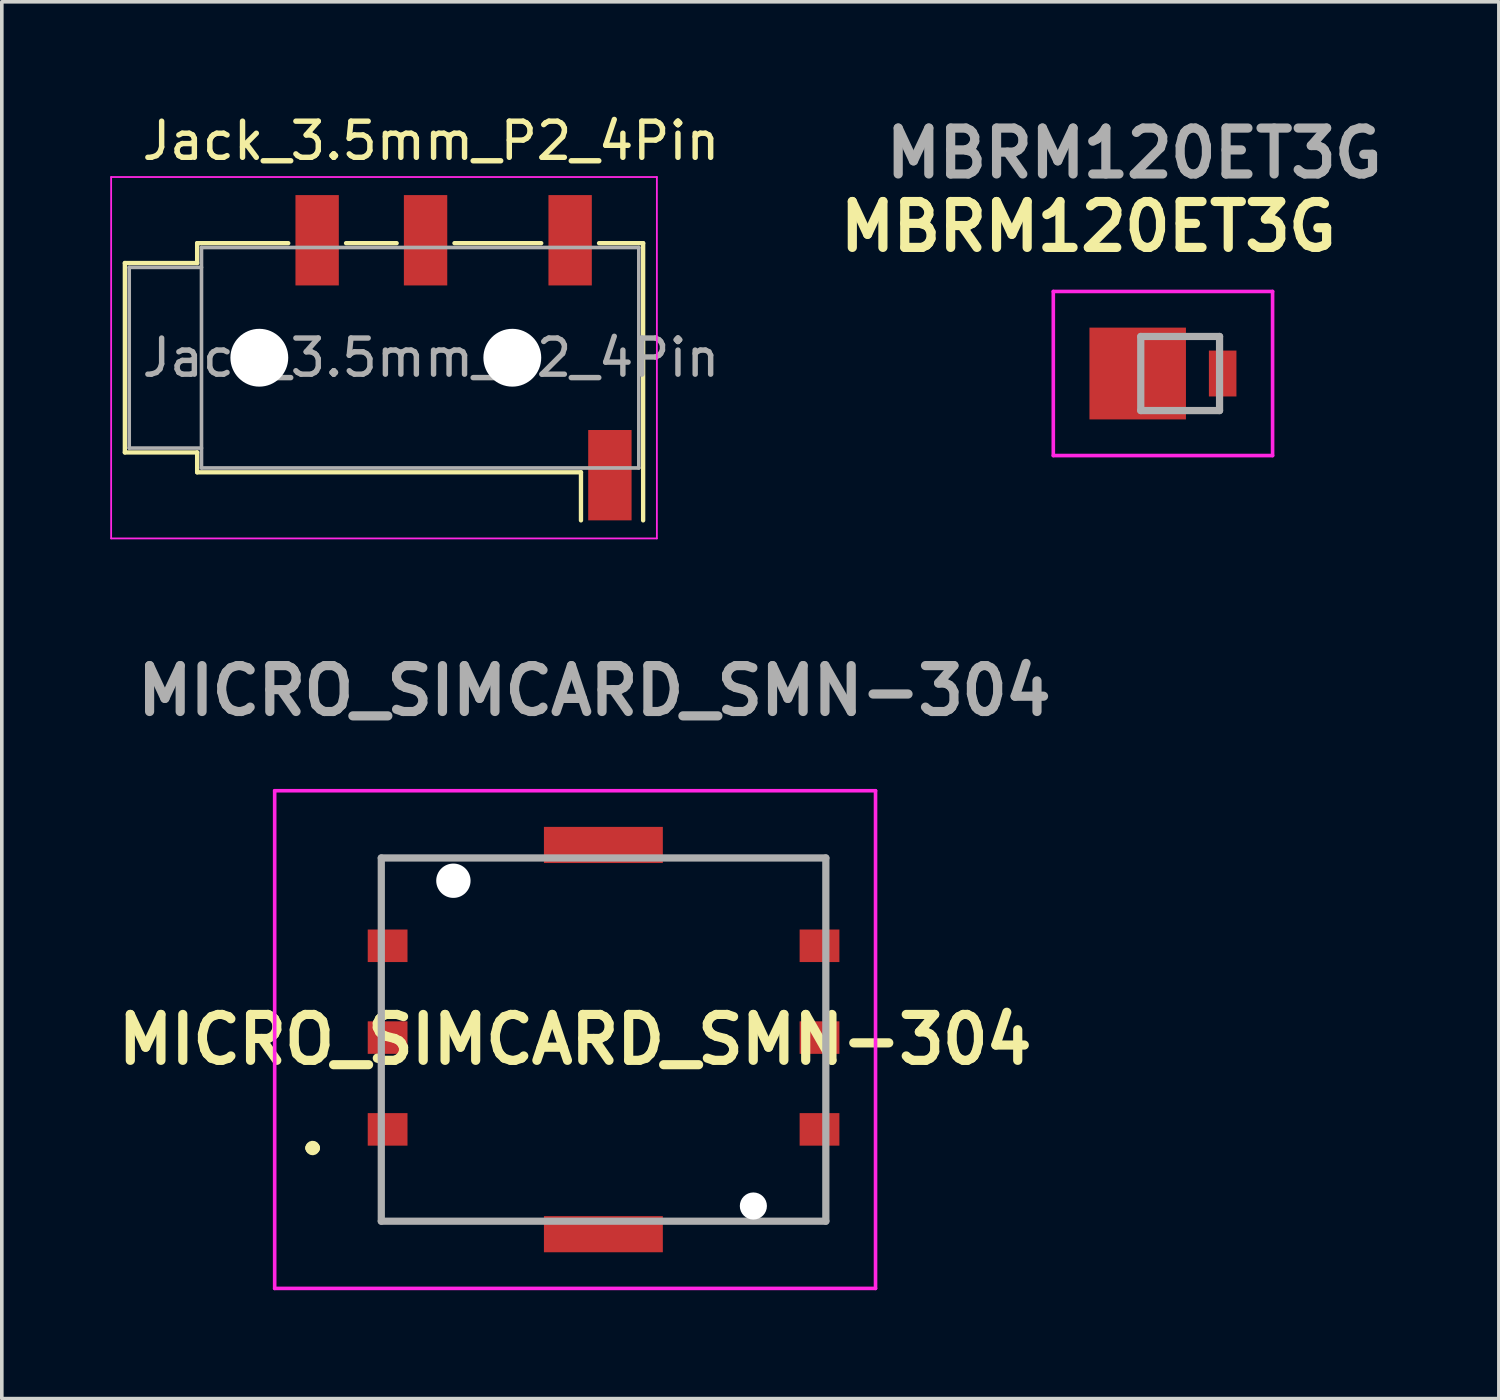
<source format=kicad_pcb>
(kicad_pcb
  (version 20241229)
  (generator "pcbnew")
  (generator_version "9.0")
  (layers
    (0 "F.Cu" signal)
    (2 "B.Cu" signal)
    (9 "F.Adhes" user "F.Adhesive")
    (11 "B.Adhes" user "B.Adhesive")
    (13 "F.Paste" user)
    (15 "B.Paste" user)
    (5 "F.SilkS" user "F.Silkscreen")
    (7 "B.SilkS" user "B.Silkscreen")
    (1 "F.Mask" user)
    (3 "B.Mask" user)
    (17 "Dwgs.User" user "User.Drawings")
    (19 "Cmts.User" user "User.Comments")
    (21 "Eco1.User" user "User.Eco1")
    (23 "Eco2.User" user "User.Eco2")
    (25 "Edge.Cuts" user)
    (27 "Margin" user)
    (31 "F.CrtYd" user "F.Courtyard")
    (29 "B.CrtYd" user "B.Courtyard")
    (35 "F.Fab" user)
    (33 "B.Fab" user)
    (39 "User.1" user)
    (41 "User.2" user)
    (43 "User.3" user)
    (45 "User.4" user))
  (footprint "Jack_3.5mm_P2_4Pin"
    (layer "F.Cu")
    (at 8.875 6.848)
    (property "Reference" "Jack_3.5mm_P2_4Pin" (at 0 -6 0) (unlocked yes) (layer "F.SilkS") (effects (font (size 1 1) (thickness 0.15))))
    (attr smd)
    (fp_line (start -8.47 -2.62) (end -6.47 -2.62) (stroke (width 0.12) (type solid)) (layer "F.SilkS"))
    (fp_line (start -8.47 2.62) (end -8.47 -2.62) (stroke (width 0.12) (type solid)) (layer "F.SilkS"))
    (fp_line (start -6.47 -3.17) (end -3.95 -3.17) (stroke (width 0.12) (type solid)) (layer "F.SilkS"))
    (fp_line (start -6.47 -2.62) (end -6.47 -3.17) (stroke (width 0.12) (type solid)) (layer "F.SilkS"))
    (fp_line (start -6.47 2.62) (end -8.47 2.62) (stroke (width 0.12) (type solid)) (layer "F.SilkS"))
    (fp_line (start -6.47 3.17) (end -6.47 2.62) (stroke (width 0.12) (type solid)) (layer "F.SilkS"))
    (fp_line (start -2.35 -3.17) (end -0.95 -3.17) (stroke (width 0.12) (type solid)) (layer "F.SilkS"))
    (fp_line (start 0.65 -3.17) (end 3.05 -3.17) (stroke (width 0.12) (type solid)) (layer "F.SilkS"))
    (fp_line (start 4.15 3.17) (end -6.47 3.17) (stroke (width 0.12) (type solid)) (layer "F.SilkS"))
    (fp_line (start 4.15 4.5) (end 4.15 3.17) (stroke (width 0.12) (type solid)) (layer "F.SilkS"))
    (fp_line (start 5.87 -3.17) (end 4.65 -3.17) (stroke (width 0.12) (type solid)) (layer "F.SilkS"))
    (fp_line (start 5.87 -3.17) (end 5.87 4.5) (stroke (width 0.12) (type solid)) (layer "F.SilkS"))
    (fp_line (start -8.85 -5) (end -8.85 5) (stroke (width 0.05) (type solid)) (layer "F.CrtYd"))
    (fp_line (start -8.85 5) (end 6.25 5) (stroke (width 0.05) (type solid)) (layer "F.CrtYd"))
    (fp_line (start 6.25 -5) (end -8.85 -5) (stroke (width 0.05) (type solid)) (layer "F.CrtYd"))
    (fp_line (start 6.25 5) (end 6.25 -5) (stroke (width 0.05) (type solid)) (layer "F.CrtYd"))
    (fp_line (start -8.35 -2.5) (end -6.35 -2.5) (stroke (width 0.1) (type solid)) (layer "F.Fab"))
    (fp_line (start -8.35 2.5) (end -8.35 -2.5) (stroke (width 0.1) (type solid)) (layer "F.Fab"))
    (fp_line (start -6.35 -3.05) (end 5.75 -3.05) (stroke (width 0.1) (type solid)) (layer "F.Fab"))
    (fp_line (start -6.35 2.5) (end -8.35 2.5) (stroke (width 0.1) (type solid)) (layer "F.Fab"))
    (fp_line (start -6.35 3.05) (end -6.35 -3.05) (stroke (width 0.1) (type solid)) (layer "F.Fab"))
    (fp_line (start 5.75 -3.05) (end 5.75 3.05) (stroke (width 0.1) (type solid)) (layer "F.Fab"))
    (fp_line (start 5.75 3.05) (end -6.35 3.05) (stroke (width 0.1) (type solid)) (layer "F.Fab"))
    (fp_text user "${REFERENCE}" (at 0 0 0) (unlocked yes) (layer "F.Fab") (effects (font (size 1 1) (thickness 0.15))))
    (pad "" np_thru_hole circle (at -4.75 0) (size 1.6 1.6) (drill 1.6) (layers "*.Cu" "*.Mask"))
    (pad "" np_thru_hole circle (at 2.25 0) (size 1.6 1.6) (drill 1.6) (layers "*.Cu" "*.Mask"))
    (pad "R1" smd rect (at -0.15 -3.25) (size 1.2 2.5) (layers "F.Cu" "F.Mask" "F.Paste"))
    (pad "R2" smd rect (at -3.15 -3.25) (size 1.2 2.5) (layers "F.Cu" "F.Mask" "F.Paste"))
    (pad "S" smd rect (at 4.95 3.25) (size 1.2 2.5) (layers "F.Cu" "F.Mask" "F.Paste"))
    (pad "T" smd rect (at 3.85 -3.25) (size 1.2 2.5) (layers "F.Cu" "F.Mask" "F.Paste")))
  (footprint "MICRO_SIMCARD_SMN-304"
    (layer "F.Cu")
    (at 13.65 25.714)
    (property "Reference" "MICRO_SIMCARD_SMN-304" (at -0.787 0 0) (layer "F.SilkS") (effects (font (size 1.27 1.27) (thickness 0.254))))
    (attr through_hole)
    (fp_line (start -8.1 3) (end -8.1 3) (stroke (width 0.3) (type solid)) (layer "F.SilkS"))
    (fp_line (start -8 3) (end -8 3) (stroke (width 0.3) (type solid)) (layer "F.SilkS"))
    (fp_line (start -6.15 3.5) (end -6.15 5.025) (stroke (width 0.1) (type solid)) (layer "F.SilkS"))
    (fp_line (start -6.15 5.025) (end -2 5.025) (stroke (width 0.1) (type solid)) (layer "F.SilkS"))
    (fp_line (start 2 -5.025) (end 6.15 -5.025) (stroke (width 0.1) (type solid)) (layer "F.SilkS"))
    (fp_line (start 6.15 -5.025) (end 6.15 -3.5) (stroke (width 0.1) (type solid)) (layer "F.SilkS"))
    (fp_arc (start -8.1 3) (mid -8.05 2.95) (end -8 3) (stroke (width 0.3) (type solid)) (layer "F.SilkS"))
    (fp_arc (start -8 3) (mid -8.05 3.05) (end -8.1 3) (stroke (width 0.3) (type solid)) (layer "F.SilkS"))
    (fp_line (start -9.1 -6.885) (end 7.525 -6.885) (stroke (width 0.1) (type solid)) (layer "F.CrtYd"))
    (fp_line (start -9.1 6.885) (end -9.1 -6.885) (stroke (width 0.1) (type solid)) (layer "F.CrtYd"))
    (fp_line (start 7.525 -6.885) (end 7.525 6.885) (stroke (width 0.1) (type solid)) (layer "F.CrtYd"))
    (fp_line (start 7.525 6.885) (end -9.1 6.885) (stroke (width 0.1) (type solid)) (layer "F.CrtYd"))
    (fp_line (start -6.15 -5.025) (end 6.15 -5.025) (stroke (width 0.2) (type solid)) (layer "F.Fab"))
    (fp_line (start -6.15 5.025) (end -6.15 -5.025) (stroke (width 0.2) (type solid)) (layer "F.Fab"))
    (fp_line (start 6.15 -5.025) (end 6.15 5.025) (stroke (width 0.2) (type solid)) (layer "F.Fab"))
    (fp_line (start 6.15 5.025) (end -6.15 5.025) (stroke (width 0.2) (type solid)) (layer "F.Fab"))
    (fp_text user "${REFERENCE}" (at -0.254 -9.652 0) (layer "F.Fab") (effects (font (size 1.27 1.27) (thickness 0.254))))
    (pad "" np_thru_hole circle (at -4.155 -4.395) (size 0.95 0.95) (drill 0.95) (layers "*.Cu" "*.Mask"))
    (pad "" np_thru_hole circle (at 4.145 4.605) (size 0.75 0.75) (drill 0.75) (layers "*.Cu" "*.Mask"))
    (pad "C1" smd rect (at -5.975 2.485 90) (size 0.9 1.1) (layers "F.Cu" "F.Mask" "F.Paste"))
    (pad "C2" smd rect (at -5.975 -0.055 90) (size 0.9 1.1) (layers "F.Cu" "F.Mask" "F.Paste"))
    (pad "C3" smd rect (at -5.975 -2.595 90) (size 0.9 1.1) (layers "F.Cu" "F.Mask" "F.Paste"))
    (pad "C4" smd rect (at -0.005 5.385 90) (size 1 3.29) (layers "F.Cu" "F.Mask" "F.Paste"))
    (pad "C5" smd rect (at 5.975 2.485 90) (size 0.9 1.1) (layers "F.Cu" "F.Mask" "F.Paste"))
    (pad "C6" smd rect (at 5.975 -0.055 90) (size 0.9 1.1) (layers "F.Cu" "F.Mask" "F.Paste"))
    (pad "C7" smd rect (at 5.975 -2.595 90) (size 0.9 1.1) (layers "F.Cu" "F.Mask" "F.Paste"))
    (pad "C8" smd rect (at -0.005 -5.385 90) (size 1 3.29) (layers "F.Cu" "F.Mask" "F.Paste")))
  (footprint "MBRM120ET3G"
    (layer "F.Cu")
    (at 29.604 7.285)
    (property "Reference" "MBRM120ET3G" (at -2.54 -4.064 0) (layer "F.SilkS") (effects (font (size 1.27 1.27) (thickness 0.254))))
    (attr smd)
    (fp_line (start 1.09 -1.025) (end 0.521 -1.025) (stroke (width 0.1) (type solid)) (layer "F.SilkS"))
    (fp_line (start 1.09 1.025) (end 0.521 1.025) (stroke (width 0.1) (type solid)) (layer "F.SilkS"))
    (fp_line (start -3.51 -2.27) (end 2.557 -2.27) (stroke (width 0.1) (type solid)) (layer "F.CrtYd"))
    (fp_line (start -3.51 2.27) (end -3.51 -2.27) (stroke (width 0.1) (type solid)) (layer "F.CrtYd"))
    (fp_line (start 2.557 -2.27) (end 2.557 2.27) (stroke (width 0.1) (type solid)) (layer "F.CrtYd"))
    (fp_line (start 2.557 2.27) (end -3.51 2.27) (stroke (width 0.1) (type solid)) (layer "F.CrtYd"))
    (fp_line (start -1.09 -1.025) (end 1.09 -1.025) (stroke (width 0.2) (type solid)) (layer "F.Fab"))
    (fp_line (start -1.09 1.025) (end -1.09 -1.025) (stroke (width 0.2) (type solid)) (layer "F.Fab"))
    (fp_line (start 1.09 -1.025) (end 1.09 1.025) (stroke (width 0.2) (type solid)) (layer "F.Fab"))
    (fp_line (start 1.09 1.025) (end -1.09 1.025) (stroke (width 0.2) (type solid)) (layer "F.Fab"))
    (fp_text user "${REFERENCE}" (at -1.27 -6.096 0) (layer "F.Fab") (effects (font (size 1.27 1.27) (thickness 0.254))))
    (pad "1" smd rect (at -1.175 0 90) (size 2.54 2.67) (layers "F.Cu" "F.Mask" "F.Paste"))
    (pad "2" smd rect (at 1.176 0) (size 0.762 1.27) (layers "F.Cu" "F.Mask" "F.Paste")))
  (gr_rect
    (start -3 -3)
    (end 38.422 35.649)
    (stroke (width 0.1) (type default))
    (fill no)
    (layer "Edge.Cuts")))
</source>
